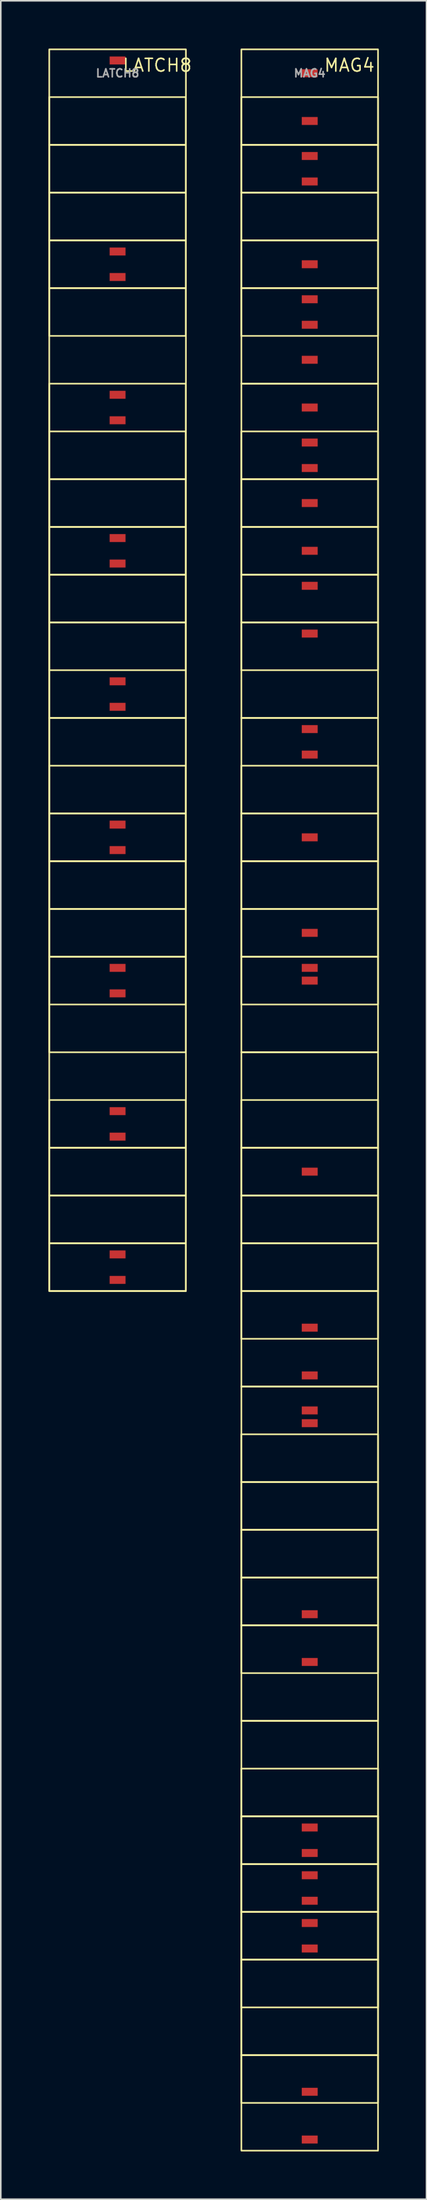
<source format=kicad_pcb>
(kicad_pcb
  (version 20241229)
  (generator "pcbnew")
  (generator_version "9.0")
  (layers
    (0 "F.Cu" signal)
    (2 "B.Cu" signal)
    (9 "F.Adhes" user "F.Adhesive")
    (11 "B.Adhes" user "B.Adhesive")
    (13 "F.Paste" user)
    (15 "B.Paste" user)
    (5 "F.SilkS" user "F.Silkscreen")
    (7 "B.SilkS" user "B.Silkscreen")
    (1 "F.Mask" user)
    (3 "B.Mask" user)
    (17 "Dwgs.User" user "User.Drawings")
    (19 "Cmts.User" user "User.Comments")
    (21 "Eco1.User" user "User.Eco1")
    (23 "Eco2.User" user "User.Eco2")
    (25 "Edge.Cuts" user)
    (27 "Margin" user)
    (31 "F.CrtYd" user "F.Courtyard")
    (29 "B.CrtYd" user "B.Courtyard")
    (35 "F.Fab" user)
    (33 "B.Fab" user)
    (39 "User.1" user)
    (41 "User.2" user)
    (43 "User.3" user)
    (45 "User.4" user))
  (footprint "MAG4"
    (layer "F.Cu")
    (at 16.441 1.55)
    (property "Reference" "MAG4" (at 2.5 -0.5 0) (unlocked yes) (layer "F.SilkS") (effects (font (size 0.8 0.8) (thickness 0.1))))
    (attr smd)
    (fp_rect (start -4.3 -1.5) (end 4.3 19.5) (stroke (width 0.1) (type default)) (fill no) (layer "F.SilkS"))
    (fp_rect (start -4.3 1.5) (end 4.3 4.5) (stroke (width 0.1) (type default)) (fill no) (layer "F.SilkS"))
    (fp_rect (start -4.3 4.5) (end 4.3 7.5) (stroke (width 0.1) (type default)) (fill no) (layer "F.SilkS"))
    (fp_rect (start -4.3 7.5) (end 4.3 10.5) (stroke (width 0.1) (type default)) (fill no) (layer "F.SilkS"))
    (fp_rect (start -4.3 10.5) (end 4.3 13.5) (stroke (width 0.1) (type default)) (fill no) (layer "F.SilkS"))
    (fp_rect (start -4.3 13.5) (end 4.3 16.5) (stroke (width 0.1) (type default)) (fill no) (layer "F.SilkS"))
    (fp_rect (start -4.3 19.5) (end 4.3 40.5) (stroke (width 0.1) (type default)) (fill no) (layer "F.SilkS"))
    (fp_rect (start -4.3 22.5) (end 4.3 25.5) (stroke (width 0.1) (type default)) (fill no) (layer "F.SilkS"))
    (fp_rect (start -4.3 25.5) (end 4.3 28.5) (stroke (width 0.1) (type default)) (fill no) (layer "F.SilkS"))
    (fp_rect (start -4.3 28.5) (end 4.3 31.5) (stroke (width 0.1) (type default)) (fill no) (layer "F.SilkS"))
    (fp_rect (start -4.3 31.5) (end 4.3 34.5) (stroke (width 0.1) (type default)) (fill no) (layer "F.SilkS"))
    (fp_rect (start -4.3 34.5) (end 4.3 37.5) (stroke (width 0.1) (type default)) (fill no) (layer "F.SilkS"))
    (fp_rect (start -4.3 40.5) (end 4.3 61.5) (stroke (width 0.1) (type default)) (fill no) (layer "F.SilkS"))
    (fp_rect (start -4.3 43.5) (end 4.3 46.5) (stroke (width 0.1) (type default)) (fill no) (layer "F.SilkS"))
    (fp_rect (start -4.3 46.5) (end 4.3 49.5) (stroke (width 0.1) (type default)) (fill no) (layer "F.SilkS"))
    (fp_rect (start -4.3 49.5) (end 4.3 52.5) (stroke (width 0.1) (type default)) (fill no) (layer "F.SilkS"))
    (fp_rect (start -4.3 52.5) (end 4.3 55.5) (stroke (width 0.1) (type default)) (fill no) (layer "F.SilkS"))
    (fp_rect (start -4.3 55.5) (end 4.3 58.5) (stroke (width 0.1) (type default)) (fill no) (layer "F.SilkS"))
    (fp_rect (start -4.3 61.5) (end 4.3 82.5) (stroke (width 0.1) (type default)) (fill no) (layer "F.SilkS"))
    (fp_rect (start -4.3 64.5) (end 4.3 67.5) (stroke (width 0.1) (type default)) (fill no) (layer "F.SilkS"))
    (fp_rect (start -4.3 67.5) (end 4.3 70.5) (stroke (width 0.1) (type default)) (fill no) (layer "F.SilkS"))
    (fp_rect (start -4.3 70.5) (end 4.3 73.5) (stroke (width 0.1) (type default)) (fill no) (layer "F.SilkS"))
    (fp_rect (start -4.3 73.5) (end 4.3 76.5) (stroke (width 0.1) (type default)) (fill no) (layer "F.SilkS"))
    (fp_rect (start -4.3 76.5) (end 4.3 79.5) (stroke (width 0.1) (type default)) (fill no) (layer "F.SilkS"))
    (fp_rect (start -4.3 82.5) (end 4.3 103.5) (stroke (width 0.1) (type default)) (fill no) (layer "F.SilkS"))
    (fp_rect (start -4.3 85.5) (end 4.3 88.5) (stroke (width 0.1) (type default)) (fill no) (layer "F.SilkS"))
    (fp_rect (start -4.3 88.5) (end 4.3 91.5) (stroke (width 0.1) (type default)) (fill no) (layer "F.SilkS"))
    (fp_rect (start -4.3 91.5) (end 4.3 94.5) (stroke (width 0.1) (type default)) (fill no) (layer "F.SilkS"))
    (fp_rect (start -4.3 94.5) (end 4.3 97.5) (stroke (width 0.1) (type default)) (fill no) (layer "F.SilkS"))
    (fp_rect (start -4.3 97.5) (end 4.3 100.5) (stroke (width 0.1) (type default)) (fill no) (layer "F.SilkS"))
    (fp_rect (start -4.3 103.5) (end 4.3 124.5) (stroke (width 0.1) (type default)) (fill no) (layer "F.SilkS"))
    (fp_rect (start -4.3 106.5) (end 4.3 109.5) (stroke (width 0.1) (type default)) (fill no) (layer "F.SilkS"))
    (fp_rect (start -4.3 109.5) (end 4.3 112.5) (stroke (width 0.1) (type default)) (fill no) (layer "F.SilkS"))
    (fp_rect (start -4.3 109.5) (end 4.3 130.5) (stroke (width 0.1) (type default)) (fill no) (layer "F.SilkS"))
    (fp_rect (start -4.3 112.5) (end 4.3 115.5) (stroke (width 0.1) (type default)) (fill no) (layer "F.SilkS"))
    (fp_rect (start -4.3 115.5) (end 4.3 118.5) (stroke (width 0.1) (type default)) (fill no) (layer "F.SilkS"))
    (fp_rect (start -4.3 118.5) (end 4.3 121.5) (stroke (width 0.1) (type default)) (fill no) (layer "F.SilkS"))
    (fp_rect (start -4.3 124.5) (end 4.3 127.5) (stroke (width 0.1) (type default)) (fill no) (layer "F.SilkS"))
    (fp_text user "${REFERENCE}" (at 0 0 0) (unlocked yes) (layer "F.Fab") (effects (font (size 0.5 0.5) (thickness 0.1) (bold yes))))
    (pad "1" smd rect (at 0 0) (size 1 0.5) (layers "F.Cu" "F.Mask" "F.Paste"))
    (pad "2" smd rect (at 0 3) (size 1 0.5) (layers "F.Cu" "F.Mask" "F.Paste"))
    (pad "3" smd rect (at 0 5.2) (size 1 0.5) (layers "F.Cu" "F.Mask" "F.Paste"))
    (pad "4" smd rect (at 0 6.8) (size 1 0.5) (layers "F.Cu" "F.Mask" "F.Paste"))
    (pad "5" smd rect (at 0 12) (size 1 0.5) (layers "F.Cu" "F.Mask" "F.Paste"))
    (pad "6" smd rect (at 0 14.2) (size 1 0.5) (layers "F.Cu" "F.Mask" "F.Paste"))
    (pad "7" smd rect (at 0 15.8) (size 1 0.5) (layers "F.Cu" "F.Mask" "F.Paste"))
    (pad "8" smd rect (at 0 18) (size 1 0.5) (layers "F.Cu" "F.Mask" "F.Paste"))
    (pad "9" smd rect (at 0 21) (size 1 0.5) (layers "F.Cu" "F.Mask" "F.Paste"))
    (pad "10" smd rect (at 0 23.2) (size 1 0.5) (layers "F.Cu" "F.Mask" "F.Paste"))
    (pad "11" smd rect (at 0 24.8) (size 1 0.5) (layers "F.Cu" "F.Mask" "F.Paste"))
    (pad "12" smd rect (at 0 27) (size 1 0.5) (layers "F.Cu" "F.Mask" "F.Paste"))
    (pad "13" smd rect (at 0 30) (size 1 0.5) (layers "F.Cu" "F.Mask" "F.Paste"))
    (pad "14" smd rect (at 0 32.2) (size 1 0.5) (layers "F.Cu" "F.Mask" "F.Paste"))
    (pad "15" smd rect (at 0 35.2) (size 1 0.5) (layers "F.Cu" "F.Mask" "F.Paste"))
    (pad "16" smd rect (at 0 41.2) (size 1 0.5) (layers "F.Cu" "F.Mask" "F.Paste"))
    (pad "17" smd rect (at 0 42.8) (size 1 0.5) (layers "F.Cu" "F.Mask" "F.Paste"))
    (pad "18" smd rect (at 0 48) (size 1 0.5) (layers "F.Cu" "F.Mask" "F.Paste"))
    (pad "19" smd rect (at 0 54) (size 1 0.5) (layers "F.Cu" "F.Mask" "F.Paste"))
    (pad "20" smd rect (at 0 56.2) (size 1 0.5) (layers "F.Cu" "F.Mask" "F.Paste"))
    (pad "21" smd rect (at 0 57) (size 1 0.5) (layers "F.Cu" "F.Mask" "F.Paste"))
    (pad "22" smd rect (at 0 69) (size 1 0.5) (layers "F.Cu" "F.Mask" "F.Paste"))
    (pad "23" smd rect (at 0 78.8) (size 1 0.5) (layers "F.Cu" "F.Mask" "F.Paste"))
    (pad "24" smd rect (at 0 81.8) (size 1 0.5) (layers "F.Cu" "F.Mask" "F.Paste"))
    (pad "25" smd rect (at 0 84) (size 1 0.5) (layers "F.Cu" "F.Mask" "F.Paste"))
    (pad "26" smd rect (at 0 84.8) (size 1 0.5) (layers "F.Cu" "F.Mask" "F.Paste"))
    (pad "27" smd rect (at 0 96.8) (size 1 0.5) (layers "F.Cu" "F.Mask" "F.Paste"))
    (pad "28" smd rect (at 0 99.8) (size 1 0.5) (layers "F.Cu" "F.Mask" "F.Paste"))
    (pad "29" smd rect (at 0 110.2) (size 1 0.5) (layers "F.Cu" "F.Mask" "F.Paste"))
    (pad "30" smd rect (at 0 111.8) (size 1 0.5) (layers "F.Cu" "F.Mask" "F.Paste"))
    (pad "31" smd rect (at 0 113.2) (size 1 0.5) (layers "F.Cu" "F.Mask" "F.Paste"))
    (pad "32" smd rect (at 0 114.8) (size 1 0.5) (layers "F.Cu" "F.Mask" "F.Paste"))
    (pad "33" smd rect (at 0 116.2) (size 1 0.5) (layers "F.Cu" "F.Mask" "F.Paste"))
    (pad "34" smd rect (at 0 117.8) (size 1 0.5) (layers "F.Cu" "F.Mask" "F.Paste"))
    (pad "35" smd rect (at 0 126.8) (size 1 0.5) (layers "F.Cu" "F.Mask" "F.Paste"))
    (pad "36" smd rect (at 0 129.8) (size 1 0.5) (layers "F.Cu" "F.Mask" "F.Paste")))
  (footprint "LATCH8"
    (layer "F.Cu")
    (at 4.35 1.55)
    (property "Reference" "LATCH8" (at 2.5 -0.5 0) (unlocked yes) (layer "F.SilkS") (effects (font (size 0.8 0.8) (thickness 0.1))))
    (attr smd)
    (fp_rect (start -4.3 -1.5) (end 4.3 76.5) (stroke (width 0.1) (type default)) (fill no) (layer "F.SilkS"))
    (fp_rect (start -4.3 1.5) (end 4.3 4.5) (stroke (width 0.1) (type default)) (fill no) (layer "F.SilkS"))
    (fp_rect (start -4.3 4.5) (end 4.3 7.5) (stroke (width 0.1) (type default)) (fill no) (layer "F.SilkS"))
    (fp_rect (start -4.3 7.5) (end 4.3 10.5) (stroke (width 0.1) (type default)) (fill no) (layer "F.SilkS"))
    (fp_rect (start -4.3 10.5) (end 4.3 13.5) (stroke (width 0.1) (type default)) (fill no) (layer "F.SilkS"))
    (fp_rect (start -4.3 13.5) (end 4.3 16.5) (stroke (width 0.1) (type default)) (fill no) (layer "F.SilkS"))
    (fp_rect (start -4.3 19.5) (end 4.3 40.5) (stroke (width 0.1) (type default)) (fill no) (layer "F.SilkS"))
    (fp_rect (start -4.3 22.5) (end 4.3 25.5) (stroke (width 0.1) (type default)) (fill no) (layer "F.SilkS"))
    (fp_rect (start -4.3 25.5) (end 4.3 28.5) (stroke (width 0.1) (type default)) (fill no) (layer "F.SilkS"))
    (fp_rect (start -4.3 28.5) (end 4.3 31.5) (stroke (width 0.1) (type default)) (fill no) (layer "F.SilkS"))
    (fp_rect (start -4.3 31.5) (end 4.3 34.5) (stroke (width 0.1) (type default)) (fill no) (layer "F.SilkS"))
    (fp_rect (start -4.3 34.5) (end 4.3 37.5) (stroke (width 0.1) (type default)) (fill no) (layer "F.SilkS"))
    (fp_rect (start -4.3 40.5) (end 4.3 61.5) (stroke (width 0.1) (type default)) (fill no) (layer "F.SilkS"))
    (fp_rect (start -4.3 43.5) (end 4.3 46.5) (stroke (width 0.1) (type default)) (fill no) (layer "F.SilkS"))
    (fp_rect (start -4.3 46.5) (end 4.3 49.5) (stroke (width 0.1) (type default)) (fill no) (layer "F.SilkS"))
    (fp_rect (start -4.3 49.5) (end 4.3 52.5) (stroke (width 0.1) (type default)) (fill no) (layer "F.SilkS"))
    (fp_rect (start -4.3 52.5) (end 4.3 55.5) (stroke (width 0.1) (type default)) (fill no) (layer "F.SilkS"))
    (fp_rect (start -4.3 55.5) (end 4.3 58.5) (stroke (width 0.1) (type default)) (fill no) (layer "F.SilkS"))
    (fp_rect (start -4.3 64.5) (end 4.3 67.5) (stroke (width 0.1) (type default)) (fill no) (layer "F.SilkS"))
    (fp_rect (start -4.3 67.5) (end 4.3 70.5) (stroke (width 0.1) (type default)) (fill no) (layer "F.SilkS"))
    (fp_rect (start -4.3 70.5) (end 4.3 73.5) (stroke (width 0.1) (type default)) (fill no) (layer "F.SilkS"))
    (fp_rect (start -4.3 73.5) (end 4.3 76.5) (stroke (width 0.1) (type default)) (fill no) (layer "F.SilkS"))
    (fp_text user "${REFERENCE}" (at 0 0 0) (unlocked yes) (layer "F.Fab") (effects (font (size 0.5 0.5) (thickness 0.1) (bold yes))))
    (pad "1" smd rect (at 0 -0.8) (size 1 0.5) (layers "F.Cu" "F.Mask" "F.Paste"))
    (pad "2" smd rect (at 0 11.2) (size 1 0.5) (layers "F.Cu" "F.Mask" "F.Paste"))
    (pad "3" smd rect (at 0 12.8) (size 1 0.5) (layers "F.Cu" "F.Mask" "F.Paste"))
    (pad "4" smd rect (at 0 20.2) (size 1 0.5) (layers "F.Cu" "F.Mask" "F.Paste"))
    (pad "5" smd rect (at 0 21.8) (size 1 0.5) (layers "F.Cu" "F.Mask" "F.Paste"))
    (pad "6" smd rect (at 0 29.2) (size 1 0.5) (layers "F.Cu" "F.Mask" "F.Paste"))
    (pad "7" smd rect (at 0 30.8) (size 1 0.5) (layers "F.Cu" "F.Mask" "F.Paste"))
    (pad "8" smd rect (at 0 38.2) (size 1 0.5) (layers "F.Cu" "F.Mask" "F.Paste"))
    (pad "9" smd rect (at 0 39.8) (size 1 0.5) (layers "F.Cu" "F.Mask" "F.Paste"))
    (pad "10" smd rect (at 0 47.2) (size 1 0.5) (layers "F.Cu" "F.Mask" "F.Paste"))
    (pad "11" smd rect (at 0 48.8) (size 1 0.5) (layers "F.Cu" "F.Mask" "F.Paste"))
    (pad "12" smd rect (at 0 56.2) (size 1 0.5) (layers "F.Cu" "F.Mask" "F.Paste"))
    (pad "13" smd rect (at 0 57.8) (size 1 0.5) (layers "F.Cu" "F.Mask" "F.Paste"))
    (pad "14" smd rect (at 0 65.2) (size 1 0.5) (layers "F.Cu" "F.Mask" "F.Paste"))
    (pad "15" smd rect (at 0 66.8) (size 1 0.5) (layers "F.Cu" "F.Mask" "F.Paste"))
    (pad "16" smd rect (at 0 74.2) (size 1 0.5) (layers "F.Cu" "F.Mask" "F.Paste"))
    (pad "17" smd rect (at 0 75.8) (size 1 0.5) (layers "F.Cu" "F.Mask" "F.Paste")))
  (gr_rect
    (start -3 -3)
    (end 23.791 135.1)
    (stroke (width 0.1) (type default))
    (fill no)
    (layer "Edge.Cuts")))
</source>
